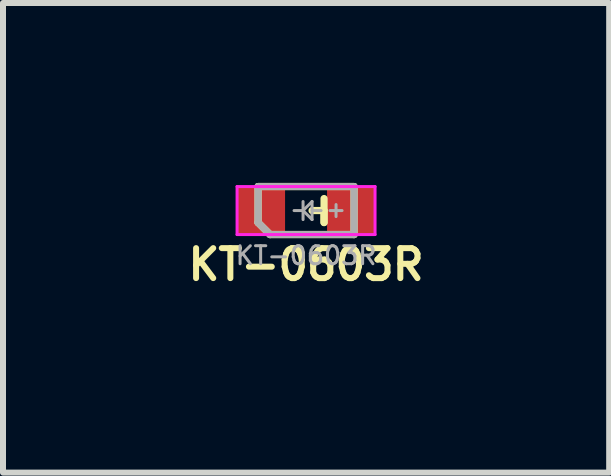
<source format=kicad_pcb>
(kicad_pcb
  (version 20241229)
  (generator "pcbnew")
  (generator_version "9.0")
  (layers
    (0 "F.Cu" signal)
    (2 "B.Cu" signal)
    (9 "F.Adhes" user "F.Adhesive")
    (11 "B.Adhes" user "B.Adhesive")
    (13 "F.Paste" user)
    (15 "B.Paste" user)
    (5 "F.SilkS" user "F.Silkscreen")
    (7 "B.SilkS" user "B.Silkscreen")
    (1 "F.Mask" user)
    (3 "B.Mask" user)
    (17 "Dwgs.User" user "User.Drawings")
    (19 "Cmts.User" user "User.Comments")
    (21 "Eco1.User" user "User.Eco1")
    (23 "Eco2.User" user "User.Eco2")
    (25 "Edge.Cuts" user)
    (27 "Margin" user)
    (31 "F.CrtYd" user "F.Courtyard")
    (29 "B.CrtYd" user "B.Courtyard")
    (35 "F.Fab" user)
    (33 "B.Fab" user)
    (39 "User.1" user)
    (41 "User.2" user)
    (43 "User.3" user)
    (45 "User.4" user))
  (footprint "KT-0603R"
    (layer "F.Cu")
    (at 2.052 0.46)
    (property "Reference" "KT-0603R" (at 0 0.9 0) (layer "F.SilkS") (effects (font (size 0.5 0.5) (thickness 0.1))))
    (attr smd)
    (fp_line (start -0.8 -0.4) (end -0.8 0.2) (stroke (width 0.12) (type solid)) (layer "F.SilkS"))
    (fp_line (start -0.8 0.2) (end -0.6 0.4) (stroke (width 0.12) (type solid)) (layer "F.SilkS"))
    (fp_line (start -0.6 0.4) (end 0.8 0.4) (stroke (width 0.12) (type solid)) (layer "F.SilkS"))
    (fp_line (start 0.3 -0.2) (end 0.3 0.2) (stroke (width 0.12) (type solid)) (layer "F.SilkS"))
    (fp_line (start 0.3 0) (end 0.1 0) (stroke (width 0.12) (type solid)) (layer "F.SilkS"))
    (fp_line (start 0.3 0.2) (end 0.3 0) (stroke (width 0.12) (type solid)) (layer "F.SilkS"))
    (fp_line (start 0.8 -0.4) (end -0.8 -0.4) (stroke (width 0.12) (type solid)) (layer "F.SilkS"))
    (fp_line (start 0.8 0.4) (end 0.8 -0.4) (stroke (width 0.12) (type solid)) (layer "F.SilkS"))
    (fp_line (start -1.15 -0.4) (end -1.15 0.4) (stroke (width 0.05) (type solid)) (layer "F.CrtYd"))
    (fp_line (start -1.15 0.4) (end 1.15 0.4) (stroke (width 0.05) (type solid)) (layer "F.CrtYd"))
    (fp_line (start 1.15 -0.4) (end -1.15 -0.4) (stroke (width 0.05) (type solid)) (layer "F.CrtYd"))
    (fp_line (start 1.15 0.4) (end 1.15 -0.4) (stroke (width 0.05) (type solid)) (layer "F.CrtYd"))
    (fp_line (start -0.8 -0.4) (end -0.8 0.2) (stroke (width 0.12) (type solid)) (layer "F.Fab"))
    (fp_line (start -0.8 0.2) (end -0.6 0.4) (stroke (width 0.12) (type solid)) (layer "F.Fab"))
    (fp_line (start -0.6 0.4) (end 0.8 0.4) (stroke (width 0.12) (type solid)) (layer "F.Fab"))
    (fp_line (start -0.05 -0.15) (end -0.05 0.15) (stroke (width 0.05) (type solid)) (layer "F.Fab"))
    (fp_line (start -0.05 0) (end -0.2 0) (stroke (width 0.05) (type solid)) (layer "F.Fab"))
    (fp_line (start -0.05 0) (end 0.1 -0.15) (stroke (width 0.05) (type solid)) (layer "F.Fab"))
    (fp_line (start 0.1 -0.15) (end 0.1 0.15) (stroke (width 0.05) (type solid)) (layer "F.Fab"))
    (fp_line (start 0.1 0.15) (end -0.05 0) (stroke (width 0.05) (type solid)) (layer "F.Fab"))
    (fp_line (start 0.25 0) (end 0.1 0) (stroke (width 0.05) (type solid)) (layer "F.Fab"))
    (fp_line (start 0.5 0.1) (end 0.5 -0.1) (stroke (width 0.05) (type solid)) (layer "F.Fab"))
    (fp_line (start 0.6 0) (end 0.4 0) (stroke (width 0.05) (type solid)) (layer "F.Fab"))
    (fp_line (start 0.8 -0.4) (end -0.8 -0.4) (stroke (width 0.12) (type solid)) (layer "F.Fab"))
    (fp_line (start 0.8 0.4) (end 0.8 -0.4) (stroke (width 0.12) (type solid)) (layer "F.Fab"))
    (fp_text user "${REFERENCE}" (at 0 0.75 0) (layer "F.Fab") (effects (font (size 0.3 0.3) (thickness 0.05))))
    (pad "1" smd rect (at -0.75 0 270) (size 0.8 0.8) (layers "F.Cu" "F.Mask" "F.Paste"))
    (pad "2" smd rect (at 0.75 0 270) (size 0.8 0.8) (layers "F.Cu" "F.Mask" "F.Paste")))
  (gr_rect
    (start -3 -3)
    (end 7.105 4.828)
    (stroke (width 0.1) (type default))
    (fill no)
    (layer "Edge.Cuts")))
</source>
